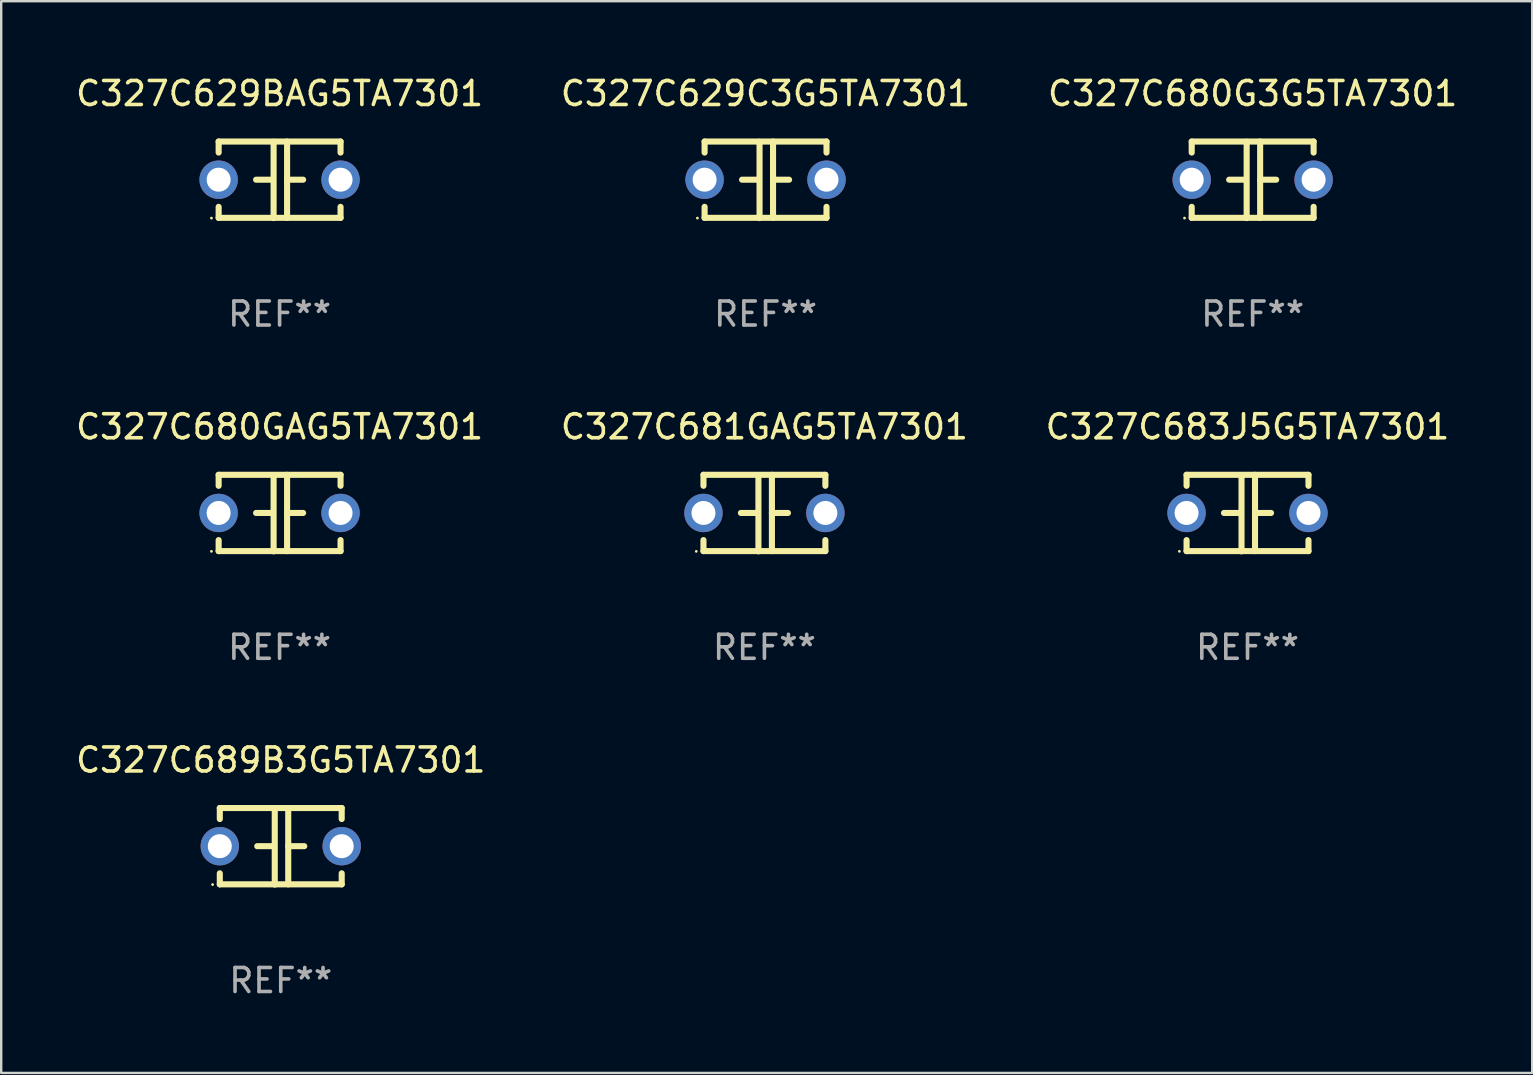
<source format=kicad_pcb>
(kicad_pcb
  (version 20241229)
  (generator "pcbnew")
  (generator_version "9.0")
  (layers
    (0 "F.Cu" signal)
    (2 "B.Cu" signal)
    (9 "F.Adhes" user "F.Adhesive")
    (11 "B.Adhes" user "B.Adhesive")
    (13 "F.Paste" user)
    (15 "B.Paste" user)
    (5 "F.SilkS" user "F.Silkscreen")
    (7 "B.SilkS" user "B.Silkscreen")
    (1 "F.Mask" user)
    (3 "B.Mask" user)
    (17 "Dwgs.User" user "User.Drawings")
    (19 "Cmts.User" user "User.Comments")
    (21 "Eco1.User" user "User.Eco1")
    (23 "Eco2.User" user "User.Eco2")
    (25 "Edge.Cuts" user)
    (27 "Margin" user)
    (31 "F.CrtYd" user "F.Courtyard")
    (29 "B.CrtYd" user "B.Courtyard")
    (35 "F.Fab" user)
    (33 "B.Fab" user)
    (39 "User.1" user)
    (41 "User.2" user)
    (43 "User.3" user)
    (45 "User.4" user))
  (footprint "C327C681GAG5TA7301"
    (layer "F.Cu")
    (at 28.804 18.33)
    (property "Reference" "C327C681GAG5TA7301" (at 0 -3.595 0) (layer "F.SilkS") (effects (font (size 1 1) (thickness 0.15))))
    (attr through_hole)
    (fp_line (start -2.54 -1.595) (end -2.54 -1.136) (stroke (width 0.254) (type solid)) (layer "F.SilkS"))
    (fp_line (start -2.54 -1.595) (end 2.54 -1.595) (stroke (width 0.254) (type solid)) (layer "F.SilkS"))
    (fp_line (start -2.54 1.126) (end -2.54 1.585) (stroke (width 0.254) (type solid)) (layer "F.SilkS"))
    (fp_line (start -0.312 -0.005) (end -0.98 -0.005) (stroke (width 0.254) (type solid)) (layer "F.SilkS"))
    (fp_line (start -0.25 -1.585) (end -0.25 1.595) (stroke (width 0.254) (type solid)) (layer "F.SilkS"))
    (fp_line (start 0.312 -1.595) (end 0.312 1.585) (stroke (width 0.254) (type solid)) (layer "F.SilkS"))
    (fp_line (start 0.312 -0.005) (end 0.98 -0.005) (stroke (width 0.254) (type solid)) (layer "F.SilkS"))
    (fp_line (start 2.54 -1.595) (end 2.54 -1.136) (stroke (width 0.254) (type solid)) (layer "F.SilkS"))
    (fp_line (start 2.54 1.126) (end 2.54 1.585) (stroke (width 0.254) (type solid)) (layer "F.SilkS"))
    (fp_line (start 2.54 1.585) (end -2.54 1.585) (stroke (width 0.254) (type solid)) (layer "F.SilkS"))
    (fp_circle (center -2.84 1.595) (end -2.81 1.595) (stroke (width 0.06) (type solid)) (fill no) (layer "F.SilkS"))
    (fp_text user "REF**" (at 0 5.595 0) (layer "F.Fab") (effects (font (size 1 1) (thickness 0.15))))
    (pad "1" thru_hole circle (at -2.54 -0.005) (size 1.6 1.6) (drill 1) (layers "*.Cu" "*.Mask"))
    (pad "2" thru_hole circle (at 2.54 -0.005) (size 1.6 1.6) (drill 1) (layers "*.Cu" "*.Mask")))
  (footprint "C327C629BAG5TA7301"
    (layer "F.Cu")
    (at 8.601 4.443)
    (property "Reference" "C327C629BAG5TA7301" (at 0 -3.595 0) (layer "F.SilkS") (effects (font (size 1 1) (thickness 0.15))))
    (attr through_hole)
    (fp_line (start -2.54 -1.595) (end -2.54 -1.136) (stroke (width 0.254) (type solid)) (layer "F.SilkS"))
    (fp_line (start -2.54 -1.595) (end 2.54 -1.595) (stroke (width 0.254) (type solid)) (layer "F.SilkS"))
    (fp_line (start -2.54 1.126) (end -2.54 1.585) (stroke (width 0.254) (type solid)) (layer "F.SilkS"))
    (fp_line (start -0.312 -0.005) (end -0.98 -0.005) (stroke (width 0.254) (type solid)) (layer "F.SilkS"))
    (fp_line (start -0.25 -1.585) (end -0.25 1.595) (stroke (width 0.254) (type solid)) (layer "F.SilkS"))
    (fp_line (start 0.312 -1.595) (end 0.312 1.585) (stroke (width 0.254) (type solid)) (layer "F.SilkS"))
    (fp_line (start 0.312 -0.005) (end 0.98 -0.005) (stroke (width 0.254) (type solid)) (layer "F.SilkS"))
    (fp_line (start 2.54 -1.595) (end 2.54 -1.136) (stroke (width 0.254) (type solid)) (layer "F.SilkS"))
    (fp_line (start 2.54 1.126) (end 2.54 1.585) (stroke (width 0.254) (type solid)) (layer "F.SilkS"))
    (fp_line (start 2.54 1.585) (end -2.54 1.585) (stroke (width 0.254) (type solid)) (layer "F.SilkS"))
    (fp_circle (center -2.84 1.595) (end -2.81 1.595) (stroke (width 0.06) (type solid)) (fill no) (layer "F.SilkS"))
    (fp_text user "REF**" (at 0 5.595 0) (layer "F.Fab") (effects (font (size 1 1) (thickness 0.15))))
    (pad "1" thru_hole circle (at -2.54 -0.005) (size 1.6 1.6) (drill 1) (layers "*.Cu" "*.Mask"))
    (pad "2" thru_hole circle (at 2.54 -0.005) (size 1.6 1.6) (drill 1) (layers "*.Cu" "*.Mask")))
  (footprint "C327C629C3G5TA7301"
    (layer "F.Cu")
    (at 28.851 4.443)
    (property "Reference" "C327C629C3G5TA7301" (at 0 -3.595 0) (layer "F.SilkS") (effects (font (size 1 1) (thickness 0.15))))
    (attr through_hole)
    (fp_line (start -2.54 -1.595) (end -2.54 -1.136) (stroke (width 0.254) (type solid)) (layer "F.SilkS"))
    (fp_line (start -2.54 -1.595) (end 2.54 -1.595) (stroke (width 0.254) (type solid)) (layer "F.SilkS"))
    (fp_line (start -2.54 1.126) (end -2.54 1.585) (stroke (width 0.254) (type solid)) (layer "F.SilkS"))
    (fp_line (start -0.312 -0.005) (end -0.98 -0.005) (stroke (width 0.254) (type solid)) (layer "F.SilkS"))
    (fp_line (start -0.25 -1.585) (end -0.25 1.595) (stroke (width 0.254) (type solid)) (layer "F.SilkS"))
    (fp_line (start 0.312 -1.595) (end 0.312 1.585) (stroke (width 0.254) (type solid)) (layer "F.SilkS"))
    (fp_line (start 0.312 -0.005) (end 0.98 -0.005) (stroke (width 0.254) (type solid)) (layer "F.SilkS"))
    (fp_line (start 2.54 -1.595) (end 2.54 -1.136) (stroke (width 0.254) (type solid)) (layer "F.SilkS"))
    (fp_line (start 2.54 1.126) (end 2.54 1.585) (stroke (width 0.254) (type solid)) (layer "F.SilkS"))
    (fp_line (start 2.54 1.585) (end -2.54 1.585) (stroke (width 0.254) (type solid)) (layer "F.SilkS"))
    (fp_circle (center -2.84 1.595) (end -2.81 1.595) (stroke (width 0.06) (type solid)) (fill no) (layer "F.SilkS"))
    (fp_text user "REF**" (at 0 5.595 0) (layer "F.Fab") (effects (font (size 1 1) (thickness 0.15))))
    (pad "1" thru_hole circle (at -2.54 -0.005) (size 1.6 1.6) (drill 1) (layers "*.Cu" "*.Mask"))
    (pad "2" thru_hole circle (at 2.54 -0.005) (size 1.6 1.6) (drill 1) (layers "*.Cu" "*.Mask")))
  (footprint "C327C689B3G5TA7301"
    (layer "F.Cu")
    (at 8.649 32.216)
    (property "Reference" "C327C689B3G5TA7301" (at 0 -3.595 0) (layer "F.SilkS") (effects (font (size 1 1) (thickness 0.15))))
    (attr through_hole)
    (fp_line (start -2.54 -1.595) (end -2.54 -1.136) (stroke (width 0.254) (type solid)) (layer "F.SilkS"))
    (fp_line (start -2.54 -1.595) (end 2.54 -1.595) (stroke (width 0.254) (type solid)) (layer "F.SilkS"))
    (fp_line (start -2.54 1.126) (end -2.54 1.585) (stroke (width 0.254) (type solid)) (layer "F.SilkS"))
    (fp_line (start -0.312 -0.005) (end -0.98 -0.005) (stroke (width 0.254) (type solid)) (layer "F.SilkS"))
    (fp_line (start -0.25 -1.585) (end -0.25 1.595) (stroke (width 0.254) (type solid)) (layer "F.SilkS"))
    (fp_line (start 0.312 -1.595) (end 0.312 1.585) (stroke (width 0.254) (type solid)) (layer "F.SilkS"))
    (fp_line (start 0.312 -0.005) (end 0.98 -0.005) (stroke (width 0.254) (type solid)) (layer "F.SilkS"))
    (fp_line (start 2.54 -1.595) (end 2.54 -1.136) (stroke (width 0.254) (type solid)) (layer "F.SilkS"))
    (fp_line (start 2.54 1.126) (end 2.54 1.585) (stroke (width 0.254) (type solid)) (layer "F.SilkS"))
    (fp_line (start 2.54 1.585) (end -2.54 1.585) (stroke (width 0.254) (type solid)) (layer "F.SilkS"))
    (fp_circle (center -2.84 1.595) (end -2.81 1.595) (stroke (width 0.06) (type solid)) (fill no) (layer "F.SilkS"))
    (fp_text user "REF**" (at 0 5.595 0) (layer "F.Fab") (effects (font (size 1 1) (thickness 0.15))))
    (pad "1" thru_hole circle (at -2.54 -0.005) (size 1.6 1.6) (drill 1) (layers "*.Cu" "*.Mask"))
    (pad "2" thru_hole circle (at 2.54 -0.005) (size 1.6 1.6) (drill 1) (layers "*.Cu" "*.Mask")))
  (footprint "C327C683J5G5TA7301"
    (layer "F.Cu")
    (at 48.935 18.33)
    (property "Reference" "C327C683J5G5TA7301" (at 0 -3.595 0) (layer "F.SilkS") (effects (font (size 1 1) (thickness 0.15))))
    (attr through_hole)
    (fp_line (start -2.54 -1.595) (end -2.54 -1.136) (stroke (width 0.254) (type solid)) (layer "F.SilkS"))
    (fp_line (start -2.54 -1.595) (end 2.54 -1.595) (stroke (width 0.254) (type solid)) (layer "F.SilkS"))
    (fp_line (start -2.54 1.126) (end -2.54 1.585) (stroke (width 0.254) (type solid)) (layer "F.SilkS"))
    (fp_line (start -0.312 -0.005) (end -0.98 -0.005) (stroke (width 0.254) (type solid)) (layer "F.SilkS"))
    (fp_line (start -0.25 -1.585) (end -0.25 1.595) (stroke (width 0.254) (type solid)) (layer "F.SilkS"))
    (fp_line (start 0.312 -1.595) (end 0.312 1.585) (stroke (width 0.254) (type solid)) (layer "F.SilkS"))
    (fp_line (start 0.312 -0.005) (end 0.98 -0.005) (stroke (width 0.254) (type solid)) (layer "F.SilkS"))
    (fp_line (start 2.54 -1.595) (end 2.54 -1.136) (stroke (width 0.254) (type solid)) (layer "F.SilkS"))
    (fp_line (start 2.54 1.126) (end 2.54 1.585) (stroke (width 0.254) (type solid)) (layer "F.SilkS"))
    (fp_line (start 2.54 1.585) (end -2.54 1.585) (stroke (width 0.254) (type solid)) (layer "F.SilkS"))
    (fp_circle (center -2.84 1.595) (end -2.81 1.595) (stroke (width 0.06) (type solid)) (fill no) (layer "F.SilkS"))
    (fp_text user "REF**" (at 0 5.595 0) (layer "F.Fab") (effects (font (size 1 1) (thickness 0.15))))
    (pad "1" thru_hole circle (at -2.54 -0.005) (size 1.6 1.6) (drill 1) (layers "*.Cu" "*.Mask"))
    (pad "2" thru_hole circle (at 2.54 -0.005) (size 1.6 1.6) (drill 1) (layers "*.Cu" "*.Mask")))
  (footprint "C327C680GAG5TA7301"
    (layer "F.Cu")
    (at 8.601 18.33)
    (property "Reference" "C327C680GAG5TA7301" (at 0 -3.595 0) (layer "F.SilkS") (effects (font (size 1 1) (thickness 0.15))))
    (attr through_hole)
    (fp_line (start -2.54 -1.595) (end -2.54 -1.136) (stroke (width 0.254) (type solid)) (layer "F.SilkS"))
    (fp_line (start -2.54 -1.595) (end 2.54 -1.595) (stroke (width 0.254) (type solid)) (layer "F.SilkS"))
    (fp_line (start -2.54 1.126) (end -2.54 1.585) (stroke (width 0.254) (type solid)) (layer "F.SilkS"))
    (fp_line (start -0.312 -0.005) (end -0.98 -0.005) (stroke (width 0.254) (type solid)) (layer "F.SilkS"))
    (fp_line (start -0.25 -1.585) (end -0.25 1.595) (stroke (width 0.254) (type solid)) (layer "F.SilkS"))
    (fp_line (start 0.312 -1.595) (end 0.312 1.585) (stroke (width 0.254) (type solid)) (layer "F.SilkS"))
    (fp_line (start 0.312 -0.005) (end 0.98 -0.005) (stroke (width 0.254) (type solid)) (layer "F.SilkS"))
    (fp_line (start 2.54 -1.595) (end 2.54 -1.136) (stroke (width 0.254) (type solid)) (layer "F.SilkS"))
    (fp_line (start 2.54 1.126) (end 2.54 1.585) (stroke (width 0.254) (type solid)) (layer "F.SilkS"))
    (fp_line (start 2.54 1.585) (end -2.54 1.585) (stroke (width 0.254) (type solid)) (layer "F.SilkS"))
    (fp_circle (center -2.84 1.595) (end -2.81 1.595) (stroke (width 0.06) (type solid)) (fill no) (layer "F.SilkS"))
    (fp_text user "REF**" (at 0 5.595 0) (layer "F.Fab") (effects (font (size 1 1) (thickness 0.15))))
    (pad "1" thru_hole circle (at -2.54 -0.005) (size 1.6 1.6) (drill 1) (layers "*.Cu" "*.Mask"))
    (pad "2" thru_hole circle (at 2.54 -0.005) (size 1.6 1.6) (drill 1) (layers "*.Cu" "*.Mask")))
  (footprint "C327C680G3G5TA7301"
    (layer "F.Cu")
    (at 49.149 4.443)
    (property "Reference" "C327C680G3G5TA7301" (at 0 -3.595 0) (layer "F.SilkS") (effects (font (size 1 1) (thickness 0.15))))
    (attr through_hole)
    (fp_line (start -2.54 -1.595) (end -2.54 -1.136) (stroke (width 0.254) (type solid)) (layer "F.SilkS"))
    (fp_line (start -2.54 -1.595) (end 2.54 -1.595) (stroke (width 0.254) (type solid)) (layer "F.SilkS"))
    (fp_line (start -2.54 1.126) (end -2.54 1.585) (stroke (width 0.254) (type solid)) (layer "F.SilkS"))
    (fp_line (start -0.312 -0.005) (end -0.98 -0.005) (stroke (width 0.254) (type solid)) (layer "F.SilkS"))
    (fp_line (start -0.25 -1.585) (end -0.25 1.595) (stroke (width 0.254) (type solid)) (layer "F.SilkS"))
    (fp_line (start 0.312 -1.595) (end 0.312 1.585) (stroke (width 0.254) (type solid)) (layer "F.SilkS"))
    (fp_line (start 0.312 -0.005) (end 0.98 -0.005) (stroke (width 0.254) (type solid)) (layer "F.SilkS"))
    (fp_line (start 2.54 -1.595) (end 2.54 -1.136) (stroke (width 0.254) (type solid)) (layer "F.SilkS"))
    (fp_line (start 2.54 1.126) (end 2.54 1.585) (stroke (width 0.254) (type solid)) (layer "F.SilkS"))
    (fp_line (start 2.54 1.585) (end -2.54 1.585) (stroke (width 0.254) (type solid)) (layer "F.SilkS"))
    (fp_circle (center -2.84 1.595) (end -2.81 1.595) (stroke (width 0.06) (type solid)) (fill no) (layer "F.SilkS"))
    (fp_text user "REF**" (at 0 5.595 0) (layer "F.Fab") (effects (font (size 1 1) (thickness 0.15))))
    (pad "1" thru_hole circle (at -2.54 -0.005) (size 1.6 1.6) (drill 1) (layers "*.Cu" "*.Mask"))
    (pad "2" thru_hole circle (at 2.54 -0.005) (size 1.6 1.6) (drill 1) (layers "*.Cu" "*.Mask")))
  (gr_rect
    (start -3 -3)
    (end 60.798 41.659)
    (stroke (width 0.1) (type default))
    (fill no)
    (layer "Edge.Cuts")))
</source>
